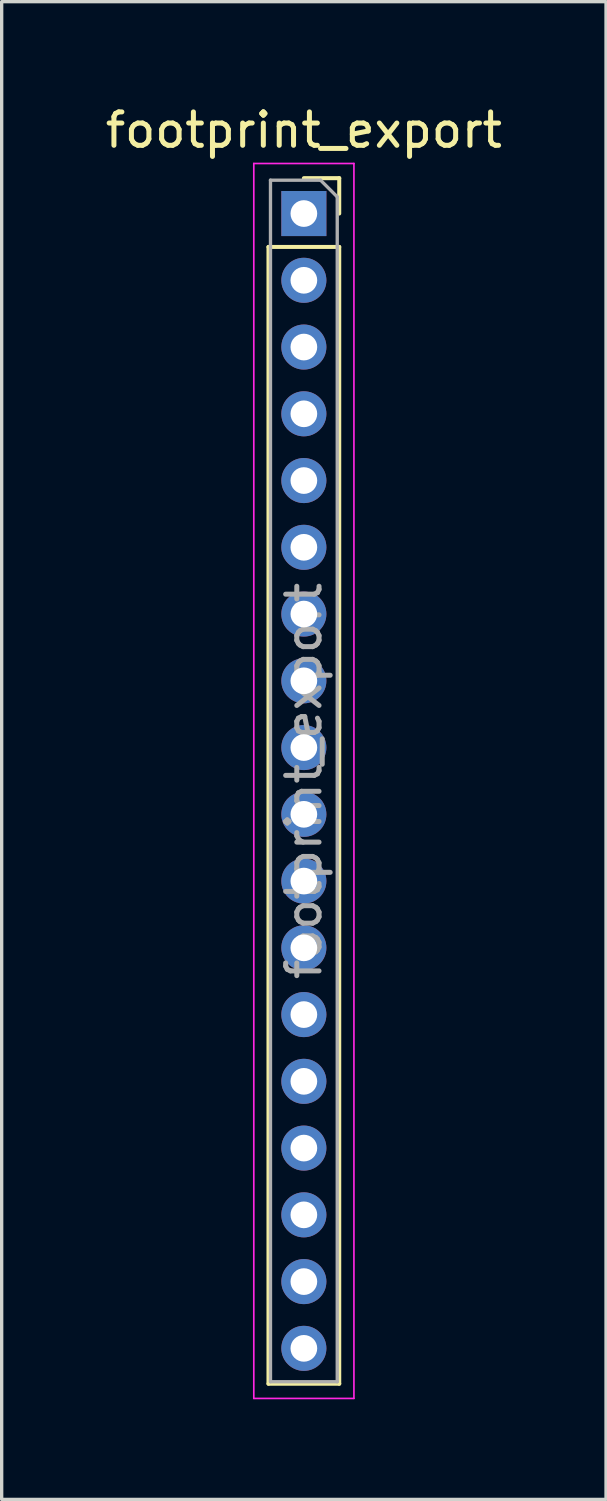
<source format=kicad_pcb>
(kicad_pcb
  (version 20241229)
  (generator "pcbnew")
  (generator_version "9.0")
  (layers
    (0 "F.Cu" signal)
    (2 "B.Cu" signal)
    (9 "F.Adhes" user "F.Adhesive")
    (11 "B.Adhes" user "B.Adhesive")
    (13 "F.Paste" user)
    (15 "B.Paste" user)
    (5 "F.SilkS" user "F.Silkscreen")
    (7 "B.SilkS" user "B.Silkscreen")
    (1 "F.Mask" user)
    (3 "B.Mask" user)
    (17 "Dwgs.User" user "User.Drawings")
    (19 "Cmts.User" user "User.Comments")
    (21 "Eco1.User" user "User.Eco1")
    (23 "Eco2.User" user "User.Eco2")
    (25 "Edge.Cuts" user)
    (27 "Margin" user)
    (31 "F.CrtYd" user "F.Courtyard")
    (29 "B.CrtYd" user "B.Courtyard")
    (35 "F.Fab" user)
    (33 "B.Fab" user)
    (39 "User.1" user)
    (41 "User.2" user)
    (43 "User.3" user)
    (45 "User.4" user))
  (footprint "footprint_export"
    (layer "F.Cu")
    (at 6.054 3.348)
    (property "Reference" "footprint_export" (at 0 -2.5 0) (layer "F.SilkS") (effects (font (size 1 1) (thickness 0.15))))
    (attr through_hole)
    (fp_line (start -1.06 1) (end -1.06 35.06) (stroke (width 0.12) (type solid)) (layer "F.SilkS"))
    (fp_line (start -1.06 1) (end 1.06 1) (stroke (width 0.12) (type solid)) (layer "F.SilkS"))
    (fp_line (start -1.06 35.06) (end 1.06 35.06) (stroke (width 0.12) (type solid)) (layer "F.SilkS"))
    (fp_line (start 0 -1.06) (end 1.06 -1.06) (stroke (width 0.12) (type solid)) (layer "F.SilkS"))
    (fp_line (start 1.06 -1.06) (end 1.06 0) (stroke (width 0.12) (type solid)) (layer "F.SilkS"))
    (fp_line (start 1.06 1) (end 1.06 35.06) (stroke (width 0.12) (type solid)) (layer "F.SilkS"))
    (fp_line (start -1.5 -1.5) (end 1.5 -1.5) (stroke (width 0.05) (type solid)) (layer "F.CrtYd"))
    (fp_line (start -1.5 35.5) (end -1.5 -1.5) (stroke (width 0.05) (type solid)) (layer "F.CrtYd"))
    (fp_line (start 1.5 -1.5) (end 1.5 35.5) (stroke (width 0.05) (type solid)) (layer "F.CrtYd"))
    (fp_line (start 1.5 35.5) (end -1.5 35.5) (stroke (width 0.05) (type solid)) (layer "F.CrtYd"))
    (fp_line (start -1 -1) (end 0.5 -1) (stroke (width 0.1) (type solid)) (layer "F.Fab"))
    (fp_line (start -1 35) (end -1 -1) (stroke (width 0.1) (type solid)) (layer "F.Fab"))
    (fp_line (start 0.5 -1) (end 1 -0.5) (stroke (width 0.1) (type solid)) (layer "F.Fab"))
    (fp_line (start 1 -0.5) (end 1 35) (stroke (width 0.1) (type solid)) (layer "F.Fab"))
    (fp_line (start 1 35) (end -1 35) (stroke (width 0.1) (type solid)) (layer "F.Fab"))
    (fp_text user "${REFERENCE}" (at 0 17 90) (layer "F.Fab") (effects (font (size 1 1) (thickness 0.15))))
    (pad "1" thru_hole rect (at 0 0) (size 1.35 1.35) (drill 0.8) (layers "*.Cu" "*.Mask"))
    (pad "2" thru_hole oval (at 0 2) (size 1.35 1.35) (drill 0.8) (layers "*.Cu" "*.Mask"))
    (pad "3" thru_hole oval (at 0 4) (size 1.35 1.35) (drill 0.8) (layers "*.Cu" "*.Mask"))
    (pad "4" thru_hole oval (at 0 6) (size 1.35 1.35) (drill 0.8) (layers "*.Cu" "*.Mask"))
    (pad "5" thru_hole oval (at 0 8) (size 1.35 1.35) (drill 0.8) (layers "*.Cu" "*.Mask"))
    (pad "6" thru_hole oval (at 0 10) (size 1.35 1.35) (drill 0.8) (layers "*.Cu" "*.Mask"))
    (pad "7" thru_hole oval (at 0 12) (size 1.35 1.35) (drill 0.8) (layers "*.Cu" "*.Mask"))
    (pad "8" thru_hole oval (at 0 14) (size 1.35 1.35) (drill 0.8) (layers "*.Cu" "*.Mask"))
    (pad "9" thru_hole oval (at 0 16) (size 1.35 1.35) (drill 0.8) (layers "*.Cu" "*.Mask"))
    (pad "10" thru_hole oval (at 0 18) (size 1.35 1.35) (drill 0.8) (layers "*.Cu" "*.Mask"))
    (pad "11" thru_hole oval (at 0 20) (size 1.35 1.35) (drill 0.8) (layers "*.Cu" "*.Mask"))
    (pad "12" thru_hole oval (at 0 22) (size 1.35 1.35) (drill 0.8) (layers "*.Cu" "*.Mask"))
    (pad "13" thru_hole oval (at 0 24) (size 1.35 1.35) (drill 0.8) (layers "*.Cu" "*.Mask"))
    (pad "14" thru_hole oval (at 0 26) (size 1.35 1.35) (drill 0.8) (layers "*.Cu" "*.Mask"))
    (pad "15" thru_hole oval (at 0 28) (size 1.35 1.35) (drill 0.8) (layers "*.Cu" "*.Mask"))
    (pad "16" thru_hole oval (at 0 30) (size 1.35 1.35) (drill 0.8) (layers "*.Cu" "*.Mask"))
    (pad "17" thru_hole oval (at 0 32) (size 1.35 1.35) (drill 0.8) (layers "*.Cu" "*.Mask"))
    (pad "18" thru_hole oval (at 0 34) (size 1.35 1.35) (drill 0.8) (layers "*.Cu" "*.Mask")))
  (gr_rect
    (start -3 -3)
    (end 15.107 41.873)
    (stroke (width 0.1) (type default))
    (fill no)
    (layer "Edge.Cuts")))
</source>
